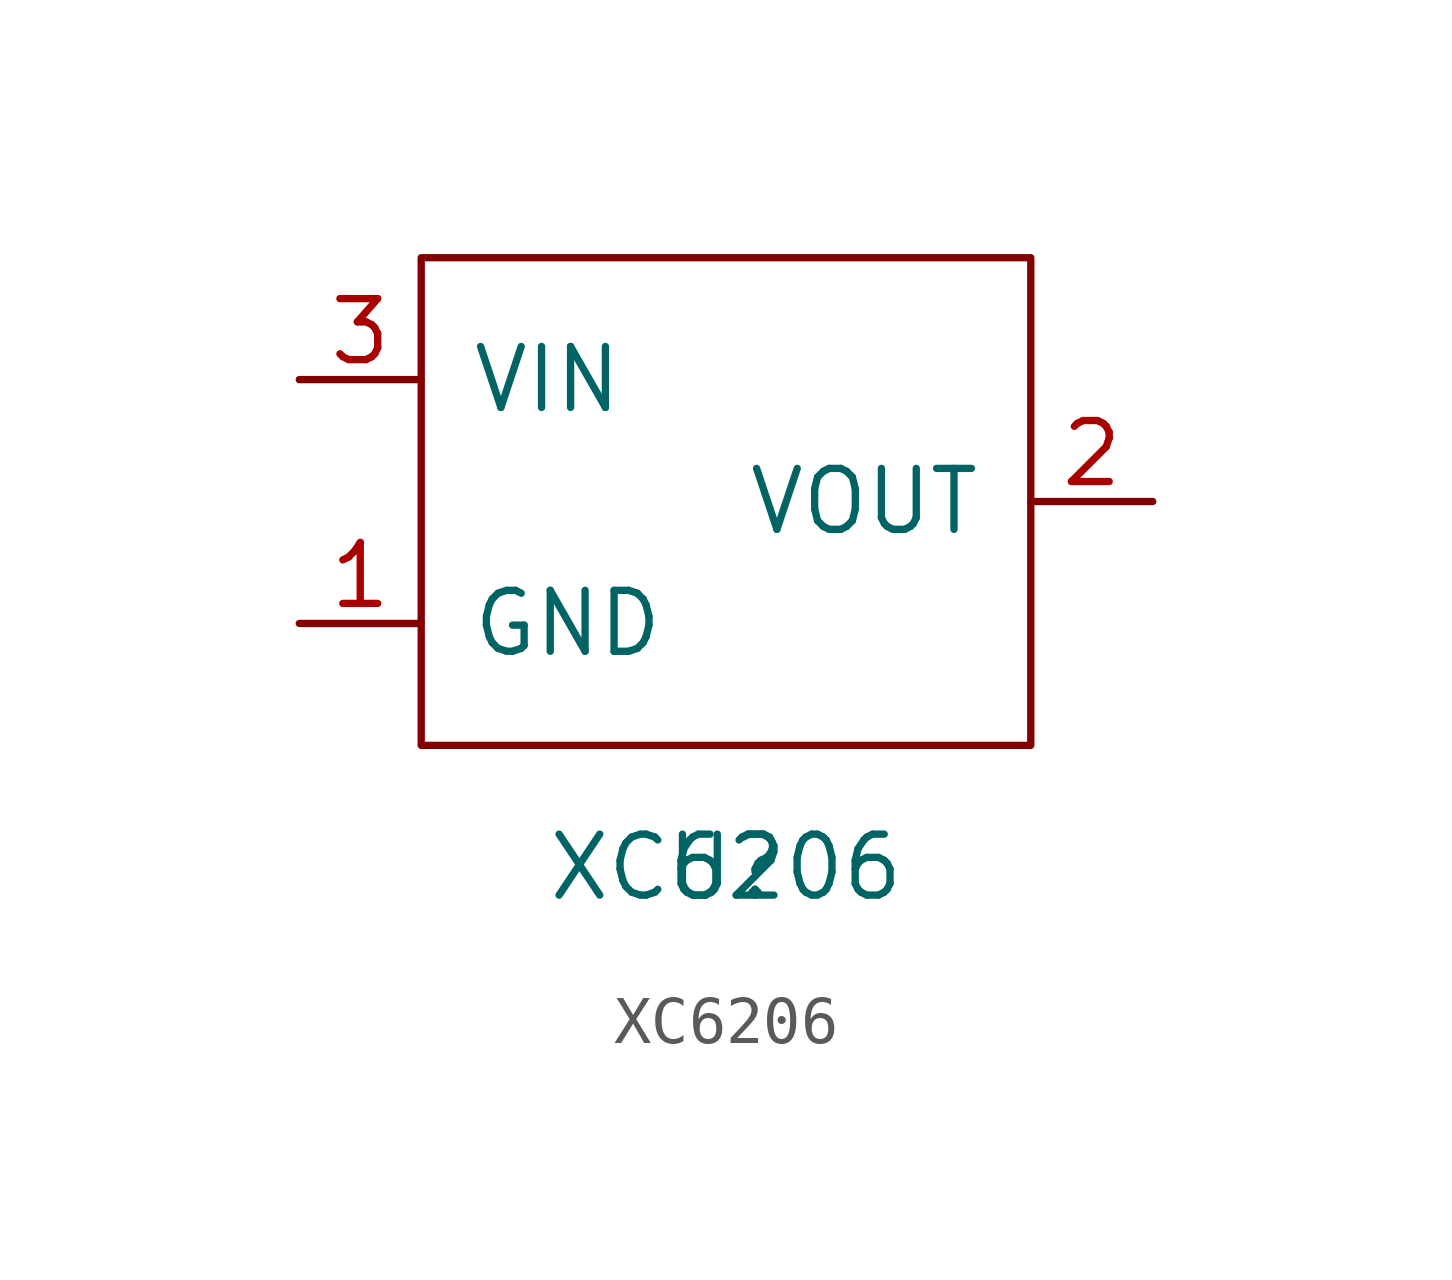
<source format=kicad_sym>
(kicad_symbol_lib
  (version 20201005)
  (generator kicad_symbol_editor)
  (symbol "XC6206"
    (pin_names
      (offset 1.016))
    (property "Reference" "U"
      (at 0 -6.35 0)
      (effects (font (size 1.27 1.27))))
    (property "Value" "XC6206"
      (at 0 -6.35 0)
      (effects (font (size 1.27 1.27))))
    (symbol "XC6206_0_1"
      (rectangle (start -6.35 6.35) (end 6.35 -3.81) (stroke (width 0)) (fill (type none))))
    (symbol "XC6206_1_1"
      (pin input line (at -8.89 -1.27 0) (length 2.54) (name "GND" (effects (font (size 1.27 1.27)))) (number "1" (effects (font (size 1.27 1.27)))))
      (pin input line (at 8.89 1.27 180) (length 2.54) (name "VOUT" (effects (font (size 1.27 1.27)))) (number "2" (effects (font (size 1.27 1.27)))))
      (pin input line (at -8.89 3.81 0) (length 2.54) (name "VIN" (effects (font (size 1.27 1.27)))) (number "3" (effects (font (size 1.27 1.27))))))))
</source>
